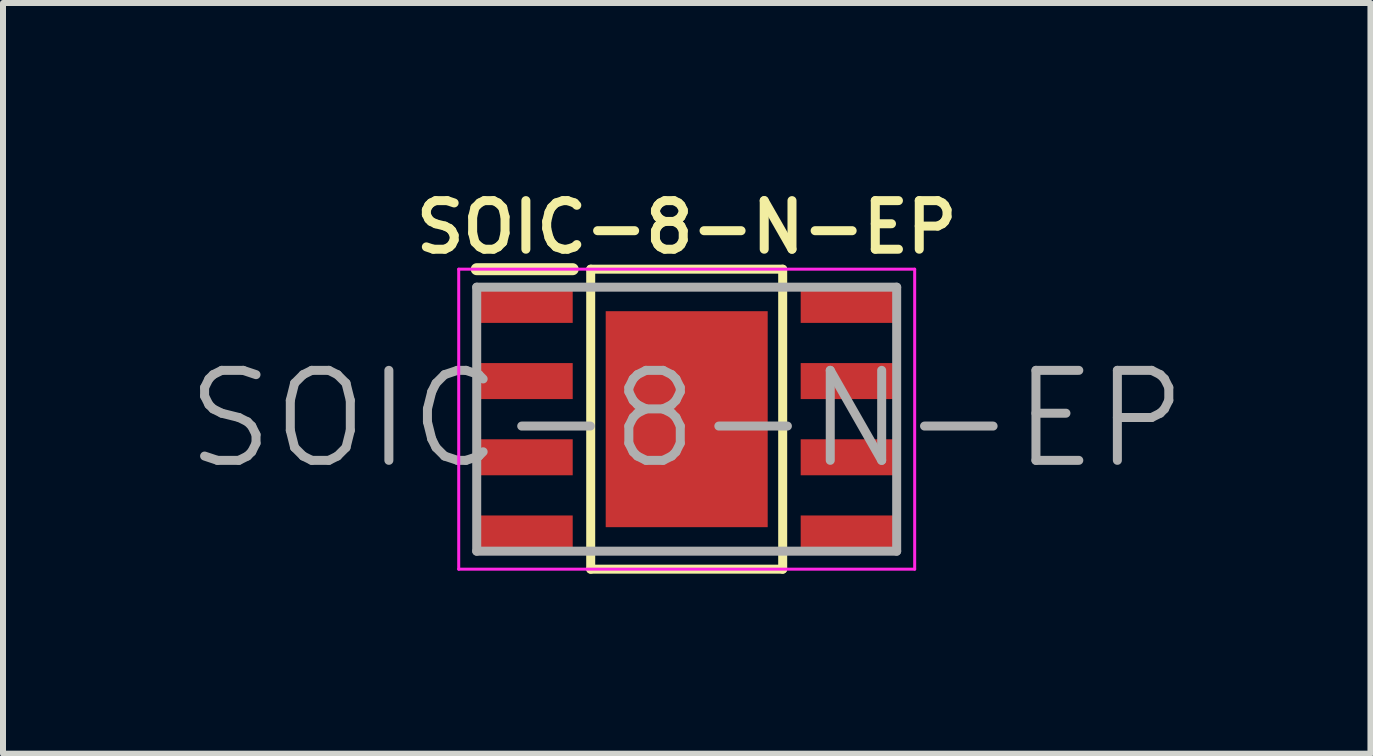
<source format=kicad_pcb>
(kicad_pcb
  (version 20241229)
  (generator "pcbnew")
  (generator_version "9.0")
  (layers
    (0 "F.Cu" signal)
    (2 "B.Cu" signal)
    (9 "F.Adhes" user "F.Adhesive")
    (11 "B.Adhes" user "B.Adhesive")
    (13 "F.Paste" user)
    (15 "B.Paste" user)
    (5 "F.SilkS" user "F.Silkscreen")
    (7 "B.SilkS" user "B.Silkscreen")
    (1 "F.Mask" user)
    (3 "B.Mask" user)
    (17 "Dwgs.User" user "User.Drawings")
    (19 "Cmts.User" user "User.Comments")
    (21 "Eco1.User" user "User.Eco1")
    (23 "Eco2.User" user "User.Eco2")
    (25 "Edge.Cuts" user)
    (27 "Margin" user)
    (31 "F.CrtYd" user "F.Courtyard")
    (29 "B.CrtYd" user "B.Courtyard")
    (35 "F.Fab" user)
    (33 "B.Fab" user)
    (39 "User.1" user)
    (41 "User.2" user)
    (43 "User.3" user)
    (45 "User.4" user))
  (footprint "SOIC-8-N-EP"
    (layer "F.Cu")
    (at 8.396 3.937)
    (property "Reference" "SOIC-8-N-EP" (at 0 -3.2 0) (layer "F.SilkS") (effects (font (size 0.81 0.81) (thickness 0.15))))
    (attr through_hole)
    (fp_line (start -1.9 -2.5) (end -3.5 -2.5) (stroke (width 0.2) (type solid)) (layer "F.SilkS"))
    (fp_line (start -1.6 -2.5) (end 1.6 -2.5) (stroke (width 0.15) (type solid)) (layer "F.SilkS"))
    (fp_line (start -1.6 2.5) (end -1.6 -2.5) (stroke (width 0.15) (type solid)) (layer "F.SilkS"))
    (fp_line (start 1.6 -2.5) (end 1.6 2.5) (stroke (width 0.15) (type solid)) (layer "F.SilkS"))
    (fp_line (start 1.6 2.5) (end -1.6 2.5) (stroke (width 0.15) (type solid)) (layer "F.SilkS"))
    (fp_line (start -3.8 -2.5) (end 3.8 -2.5) (stroke (width 0.05) (type solid)) (layer "F.CrtYd"))
    (fp_line (start -3.8 2.5) (end -3.8 -2.5) (stroke (width 0.05) (type solid)) (layer "F.CrtYd"))
    (fp_line (start 3.8 -2.5) (end 3.8 2.5) (stroke (width 0.05) (type solid)) (layer "F.CrtYd"))
    (fp_line (start 3.8 2.5) (end -3.8 2.5) (stroke (width 0.05) (type solid)) (layer "F.CrtYd"))
    (fp_line (start -3.5 -2.2) (end 3.5 -2.2) (stroke (width 0.15) (type solid)) (layer "F.Fab"))
    (fp_line (start -3.5 2.2) (end -3.5 -2.2) (stroke (width 0.15) (type solid)) (layer "F.Fab"))
    (fp_line (start 3.5 -2.2) (end 3.5 2.2) (stroke (width 0.15) (type solid)) (layer "F.Fab"))
    (fp_line (start 3.5 2.2) (end -3.5 2.2) (stroke (width 0.15) (type solid)) (layer "F.Fab"))
    (fp_text user "${REFERENCE}" (at 0 0 0) (layer "F.Fab") (effects (font (size 1.5 1.5) (thickness 0.15))))
    (pad "1" smd rect (at -2.7 -1.905) (size 1.6 0.6) (layers "F.Cu" "F.Mask" "F.Paste"))
    (pad "2" smd rect (at -2.7 -0.635) (size 1.6 0.6) (layers "F.Cu" "F.Mask" "F.Paste"))
    (pad "3" smd rect (at -2.7 0.635) (size 1.6 0.6) (layers "F.Cu" "F.Mask" "F.Paste"))
    (pad "4" smd rect (at -2.7 1.905) (size 1.6 0.6) (layers "F.Cu" "F.Mask" "F.Paste"))
    (pad "5" smd rect (at 2.7 1.905) (size 1.6 0.6) (layers "F.Cu" "F.Mask" "F.Paste"))
    (pad "6" smd rect (at 2.7 0.635) (size 1.6 0.6) (layers "F.Cu" "F.Mask" "F.Paste"))
    (pad "7" smd rect (at 2.7 -0.635) (size 1.6 0.6) (layers "F.Cu" "F.Mask" "F.Paste"))
    (pad "8" smd rect (at 2.7 -1.905) (size 1.6 0.6) (layers "F.Cu" "F.Mask" "F.Paste"))
    (pad "PAD" smd rect (at 0 0) (size 2.7 3.6) (layers "F.Cu" "F.Mask" "F.Paste")))
  (gr_rect
    (start -3 -3)
    (end 19.793 9.512)
    (stroke (width 0.1) (type default))
    (fill no)
    (layer "Edge.Cuts")))
</source>
